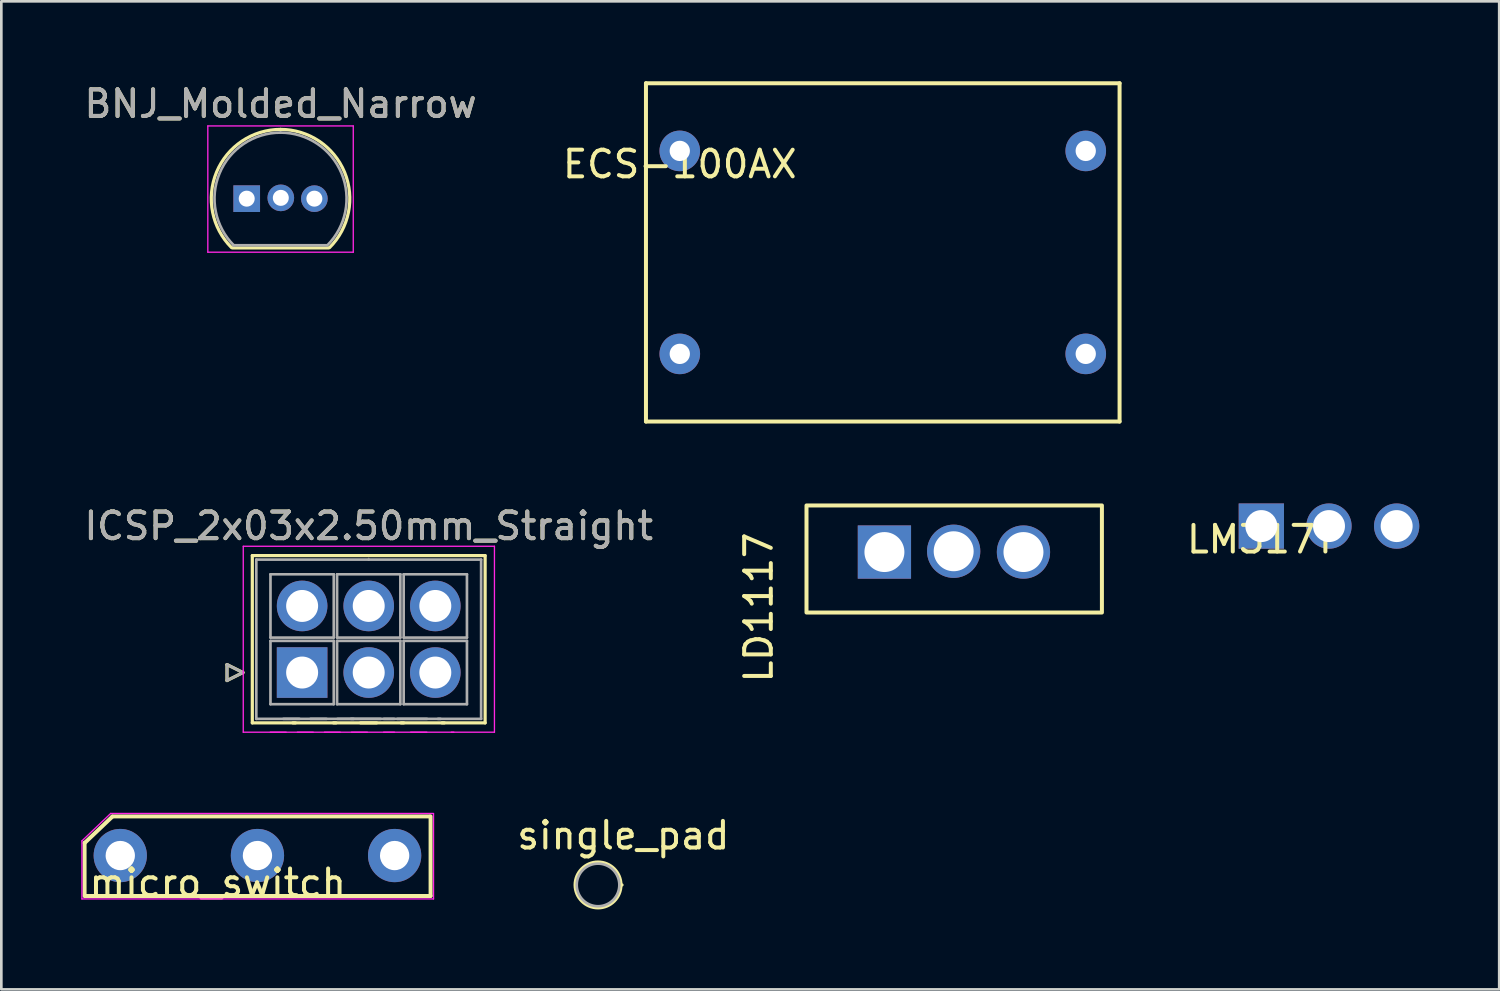
<source format=kicad_pcb>
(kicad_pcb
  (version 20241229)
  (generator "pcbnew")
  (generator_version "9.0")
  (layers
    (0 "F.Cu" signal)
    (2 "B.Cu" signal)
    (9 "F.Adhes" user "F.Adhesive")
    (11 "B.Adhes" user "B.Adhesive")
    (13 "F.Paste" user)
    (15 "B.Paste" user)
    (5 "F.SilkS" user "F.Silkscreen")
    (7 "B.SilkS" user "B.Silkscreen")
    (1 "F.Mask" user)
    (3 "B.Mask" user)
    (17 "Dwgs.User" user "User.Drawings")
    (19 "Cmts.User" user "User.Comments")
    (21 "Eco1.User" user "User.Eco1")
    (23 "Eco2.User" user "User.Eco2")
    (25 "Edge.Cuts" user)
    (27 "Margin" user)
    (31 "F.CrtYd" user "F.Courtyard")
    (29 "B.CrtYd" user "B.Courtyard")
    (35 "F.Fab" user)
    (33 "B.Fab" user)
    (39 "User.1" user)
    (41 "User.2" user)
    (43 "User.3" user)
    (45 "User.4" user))
  (footprint "LM317T"
    (layer "F.Cu")
    (at 44.302 16.7)
    (property "Reference" "LM317T" (at 0 0.5 0) (layer "F.SilkS") (effects (font (size 1 1) (thickness 0.15))))
    (attr through_hole)
    (pad "1" thru_hole rect (at 0 0) (size 1.7 1.7) (drill 1.2) (layers "*.Cu" "*.Mask"))
    (pad "2" thru_hole circle (at 2.54 0) (size 1.7 1.7) (drill 1.2) (layers "*.Cu" "*.Mask"))
    (pad "3" thru_hole circle (at 5.08 0) (size 1.7 1.7) (drill 1.2) (layers "*.Cu" "*.Mask")))
  (footprint "micro_switch"
    (layer "F.Cu")
    (at 5.125 29.598)
    (property "Reference" "micro_switch" (at 0 0.5 0) (layer "F.SilkS") (effects (font (size 1 1) (thickness 0.15))))
    (attr through_hole)
    (fp_line (start -5 -1) (end -3.96 -1.99) (stroke (width 0.15) (type solid)) (layer "F.SilkS"))
    (fp_line (start -5 0.98) (end -5 -1.01) (stroke (width 0.15) (type solid)) (layer "F.SilkS"))
    (fp_line (start -4.99 0.99) (end 7.99 0.99) (stroke (width 0.15) (type solid)) (layer "F.SilkS"))
    (fp_line (start -3.95 -2) (end 7.95 -2) (stroke (width 0.15) (type solid)) (layer "F.SilkS"))
    (fp_line (start 7.99 -2) (end 7.99 0.98) (stroke (width 0.15) (type solid)) (layer "F.SilkS"))
    (fp_line (start -5.1 -1.08) (end -5.1 1.1) (stroke (width 0.05) (type solid)) (layer "F.CrtYd"))
    (fp_line (start -5.1 1.1) (end 8.1 1.1) (stroke (width 0.05) (type solid)) (layer "F.CrtYd"))
    (fp_line (start -4.02 -2.11) (end -5.1 -1.08) (stroke (width 0.05) (type solid)) (layer "F.CrtYd"))
    (fp_line (start -4.02 -2.11) (end 8.1 -2.11) (stroke (width 0.05) (type solid)) (layer "F.CrtYd"))
    (fp_line (start 8.1 -2.1) (end 8.1 1.1) (stroke (width 0.05) (type solid)) (layer "F.CrtYd"))
    (pad "1" thru_hole circle (at -3.66 -0.53) (size 2 2) (drill 1.1) (layers "*.Cu" "*.Mask"))
    (pad "2" thru_hole circle (at 1.49 -0.53) (size 2 2) (drill 1.1) (layers "*.Cu" "*.Mask"))
    (pad "3" thru_hole circle (at 6.64 -0.53) (size 2 2) (drill 1.1) (layers "*.Cu" "*.Mask")))
  (footprint "ECS-100AX"
    (layer "F.Cu")
    (at 22.47 2.615)
    (property "Reference" "ECS-100AX" (at 0 0.5 0) (layer "F.SilkS") (effects (font (size 1 1) (thickness 0.15))))
    (attr through_hole)
    (fp_line (start -1.27 -2.54) (end 16.51 -2.54) (stroke (width 0.15) (type solid)) (layer "F.SilkS"))
    (fp_line (start -1.27 10.16) (end -1.27 -2.54) (stroke (width 0.15) (type solid)) (layer "F.SilkS"))
    (fp_line (start 16.51 -2.54) (end 16.51 10.16) (stroke (width 0.15) (type solid)) (layer "F.SilkS"))
    (fp_line (start 16.51 10.16) (end -1.27 10.16) (stroke (width 0.15) (type solid)) (layer "F.SilkS"))
    (pad "1" thru_hole circle (at 0 7.62) (size 1.524 1.524) (drill 0.762) (layers "*.Cu" "*.Mask"))
    (pad "7" thru_hole circle (at 15.24 7.62) (size 1.524 1.524) (drill 0.762) (layers "*.Cu" "*.Mask"))
    (pad "8" thru_hole circle (at 15.24 0) (size 1.524 1.524) (drill 0.762) (layers "*.Cu" "*.Mask"))
    (pad "14" thru_hole circle (at 0 0) (size 1.524 1.524) (drill 0.762) (layers "*.Cu" "*.Mask")))
  (footprint "single_pad"
    (layer "F.Cu")
    (at 19.401 30.172)
    (property "Reference" "single_pad" (at 0.95 -1.86 0) (layer "F.SilkS") (effects (font (size 1 1) (thickness 0.15))))
    (attr through_hole)
    (fp_line (start 0.86 0) (end 0.9 0) (stroke (width 0.12) (type solid)) (layer "F.SilkS"))
    (fp_circle (center 0 0) (end 0.86 0) (stroke (width 0.12) (type solid)) (fill no) (layer "F.SilkS"))
    (fp_circle (center 0 0) (end 0.8 0) (stroke (width 0.1) (type solid)) (fill no) (layer "F.Fab"))
    (pad "" smd circle (at 0 0) (size 1.4 1.4) (layers "F.Mask" "F.Paste"))
    (pad "" smd circle (at 0 0) (size 1.4 1.4) (layers "F.Mask" "F.Paste"))
    (pad "" smd circle (at 0 0) (size 1.524 1.524) (layers "F.Mask" "F.Paste")))
  (footprint "ICSP_2x03x2.50mm_Straight"
    (layer "F.Cu")
    (at 8.292 22.198)
    (property "Reference" "ICSP_2x03x2.50mm_Straight" (at 2.5 -5.5 0) (layer "F.SilkS") (effects (font (size 1 1) (thickness 0.15))))
    (attr through_hole)
    (fp_line (start -2.82 -0.3) (end -2.22 0) (stroke (width 0.12) (type solid)) (layer "F.SilkS"))
    (fp_line (start -2.82 0.3) (end -2.82 -0.3) (stroke (width 0.12) (type solid)) (layer "F.SilkS"))
    (fp_line (start -2.22 0) (end -2.82 0.3) (stroke (width 0.12) (type solid)) (layer "F.SilkS"))
    (fp_line (start -1.87 -4.39) (end -1.87 1.89) (stroke (width 0.12) (type solid)) (layer "F.SilkS"))
    (fp_line (start -1.87 1.89) (end -0.25 1.89) (stroke (width 0.12) (type solid)) (layer "F.SilkS"))
    (fp_line (start -0.346 1.89) (end 1.274 1.89) (stroke (width 0.12) (type solid)) (layer "F.SilkS"))
    (fp_line (start 1.178 1.89) (end 2.798 1.89) (stroke (width 0.12) (type solid)) (layer "F.SilkS"))
    (fp_line (start 2.194 1.89) (end 3.814 1.89) (stroke (width 0.12) (type solid)) (layer "F.SilkS"))
    (fp_line (start 2.5 -4.39) (end -1.87 -4.39) (stroke (width 0.12) (type solid)) (layer "F.SilkS"))
    (fp_line (start 2.5 -4.39) (end 6.87 -4.39) (stroke (width 0.12) (type solid)) (layer "F.SilkS"))
    (fp_line (start 3.718 1.89) (end 5.338 1.89) (stroke (width 0.12) (type solid)) (layer "F.SilkS"))
    (fp_line (start 6.87 -4.39) (end 6.87 1.89) (stroke (width 0.12) (type solid)) (layer "F.SilkS"))
    (fp_line (start 6.87 1.89) (end 5.25 1.89) (stroke (width 0.12) (type solid)) (layer "F.SilkS"))
    (fp_line (start -2.21 -4.74) (end -2.21 2.24) (stroke (width 0.05) (type solid)) (layer "F.CrtYd"))
    (fp_line (start -2.21 2.24) (end -0.6 2.24) (stroke (width 0.05) (type solid)) (layer "F.CrtYd"))
    (fp_line (start -1.194 2.24) (end 0.416 2.24) (stroke (width 0.05) (type solid)) (layer "F.CrtYd"))
    (fp_line (start -0.178 2.24) (end 1.432 2.24) (stroke (width 0.05) (type solid)) (layer "F.CrtYd"))
    (fp_line (start 0.838 2.24) (end 2.448 2.24) (stroke (width 0.05) (type solid)) (layer "F.CrtYd"))
    (fp_line (start 1.854 2.24) (end 3.464 2.24) (stroke (width 0.05) (type solid)) (layer "F.CrtYd"))
    (fp_line (start 3.06 2.24) (end 4.68 2.24) (stroke (width 0.05) (type solid)) (layer "F.CrtYd"))
    (fp_line (start 4.076 2.24) (end 5.696 2.24) (stroke (width 0.05) (type solid)) (layer "F.CrtYd"))
    (fp_line (start 5.6 2.24) (end 7.22 2.24) (stroke (width 0.05) (type solid)) (layer "F.CrtYd"))
    (fp_line (start 7.22 -4.74) (end -2.21 -4.74) (stroke (width 0.05) (type solid)) (layer "F.CrtYd"))
    (fp_line (start 7.22 2.24) (end 7.22 -4.74) (stroke (width 0.05) (type solid)) (layer "F.CrtYd"))
    (fp_line (start -2.82 -0.3) (end -2.22 0) (stroke (width 0.1) (type solid)) (layer "F.Fab"))
    (fp_line (start -2.82 0.3) (end -2.82 -0.3) (stroke (width 0.1) (type solid)) (layer "F.Fab"))
    (fp_line (start -2.22 0) (end -2.82 0.3) (stroke (width 0.1) (type solid)) (layer "F.Fab"))
    (fp_line (start -1.72 -4.24) (end -1.72 1.74) (stroke (width 0.1) (type solid)) (layer "F.Fab"))
    (fp_line (start -1.72 1.74) (end -0.1 1.74) (stroke (width 0.1) (type solid)) (layer "F.Fab"))
    (fp_line (start -1.188 -3.688) (end -1.188 -1.312) (stroke (width 0.1) (type solid)) (layer "F.Fab"))
    (fp_line (start -1.188 -1.312) (end 1.188 -1.312) (stroke (width 0.1) (type solid)) (layer "F.Fab"))
    (fp_line (start -1.188 -1.188) (end -1.188 1.188) (stroke (width 0.1) (type solid)) (layer "F.Fab"))
    (fp_line (start -1.188 1.188) (end 1.188 1.188) (stroke (width 0.1) (type solid)) (layer "F.Fab"))
    (fp_line (start -0.704 1.74) (end 0.916 1.74) (stroke (width 0.1) (type solid)) (layer "F.Fab"))
    (fp_line (start 0.312 1.74) (end 1.932 1.74) (stroke (width 0.1) (type solid)) (layer "F.Fab"))
    (fp_line (start 1.188 -3.688) (end -1.188 -3.688) (stroke (width 0.1) (type solid)) (layer "F.Fab"))
    (fp_line (start 1.188 -1.312) (end 1.188 -3.688) (stroke (width 0.1) (type solid)) (layer "F.Fab"))
    (fp_line (start 1.188 -1.188) (end -1.188 -1.188) (stroke (width 0.1) (type solid)) (layer "F.Fab"))
    (fp_line (start 1.188 1.188) (end 1.188 -1.188) (stroke (width 0.1) (type solid)) (layer "F.Fab"))
    (fp_line (start 1.312 -3.688) (end 1.312 -1.312) (stroke (width 0.1) (type solid)) (layer "F.Fab"))
    (fp_line (start 1.312 -1.312) (end 3.688 -1.312) (stroke (width 0.1) (type solid)) (layer "F.Fab"))
    (fp_line (start 1.312 -1.188) (end 1.312 1.188) (stroke (width 0.1) (type solid)) (layer "F.Fab"))
    (fp_line (start 1.312 1.188) (end 3.688 1.188) (stroke (width 0.1) (type solid)) (layer "F.Fab"))
    (fp_line (start 1.328 1.74) (end 2.948 1.74) (stroke (width 0.1) (type solid)) (layer "F.Fab"))
    (fp_line (start 1.836 1.74) (end 3.456 1.74) (stroke (width 0.1) (type solid)) (layer "F.Fab"))
    (fp_line (start 2.5 -4.24) (end -1.72 -4.24) (stroke (width 0.1) (type solid)) (layer "F.Fab"))
    (fp_line (start 2.5 -4.24) (end 6.72 -4.24) (stroke (width 0.1) (type solid)) (layer "F.Fab"))
    (fp_line (start 3.688 -3.688) (end 1.312 -3.688) (stroke (width 0.1) (type solid)) (layer "F.Fab"))
    (fp_line (start 3.688 -1.312) (end 3.688 -3.688) (stroke (width 0.1) (type solid)) (layer "F.Fab"))
    (fp_line (start 3.688 -1.188) (end 1.312 -1.188) (stroke (width 0.1) (type solid)) (layer "F.Fab"))
    (fp_line (start 3.688 1.188) (end 3.688 -1.188) (stroke (width 0.1) (type solid)) (layer "F.Fab"))
    (fp_line (start 3.812 -3.688) (end 3.812 -1.312) (stroke (width 0.1) (type solid)) (layer "F.Fab"))
    (fp_line (start 3.812 -1.312) (end 6.188 -1.312) (stroke (width 0.1) (type solid)) (layer "F.Fab"))
    (fp_line (start 3.812 -1.188) (end 3.812 1.188) (stroke (width 0.1) (type solid)) (layer "F.Fab"))
    (fp_line (start 3.812 1.188) (end 6.188 1.188) (stroke (width 0.1) (type solid)) (layer "F.Fab"))
    (fp_line (start 4.688 1.74) (end 3.068 1.74) (stroke (width 0.1) (type solid)) (layer "F.Fab"))
    (fp_line (start 5.196 1.74) (end 3.576 1.74) (stroke (width 0.1) (type solid)) (layer "F.Fab"))
    (fp_line (start 6.188 -3.688) (end 3.812 -3.688) (stroke (width 0.1) (type solid)) (layer "F.Fab"))
    (fp_line (start 6.188 -1.312) (end 6.188 -3.688) (stroke (width 0.1) (type solid)) (layer "F.Fab"))
    (fp_line (start 6.188 -1.188) (end 3.812 -1.188) (stroke (width 0.1) (type solid)) (layer "F.Fab"))
    (fp_line (start 6.188 1.188) (end 6.188 -1.188) (stroke (width 0.1) (type solid)) (layer "F.Fab"))
    (fp_line (start 6.72 -4.24) (end 6.72 1.74) (stroke (width 0.1) (type solid)) (layer "F.Fab"))
    (fp_line (start 6.72 1.74) (end 5.1 1.74) (stroke (width 0.1) (type solid)) (layer "F.Fab"))
    (fp_text user "${REFERENCE}" (at 2.5 -5.5 0) (layer "F.Fab") (effects (font (size 1 1) (thickness 0.15))))
    (pad "1" thru_hole rect (at 0 0) (size 1.9 1.9) (drill 1.2) (layers "*.Cu" "*.Mask"))
    (pad "2" thru_hole circle (at 2.5 0) (size 1.9 1.9) (drill 1.2) (layers "*.Cu" "*.Mask"))
    (pad "3" thru_hole circle (at 5 0) (size 1.9 1.9) (drill 1.2) (layers "*.Cu" "*.Mask"))
    (pad "4" thru_hole circle (at 0 -2.5) (size 1.9 1.9) (drill 1.2) (layers "*.Cu" "*.Mask"))
    (pad "5" thru_hole circle (at 2.5 -2.5) (size 1.9 1.9) (drill 1.2) (layers "*.Cu" "*.Mask"))
    (pad "6" thru_hole circle (at 5 -2.5) (size 1.9 1.9) (drill 1.2) (layers "*.Cu" "*.Mask")))
  (footprint "BNJ_Molded_Narrow"
    (layer "F.Cu")
    (at 6.212 4.408)
    (property "Reference" "BNJ_Molded_Narrow" (at 1.27 -3.56 0) (layer "F.SilkS") (effects (font (size 1 1) (thickness 0.15))))
    (attr through_hole)
    (fp_line (start -0.53 1.85) (end 3.07 1.85) (stroke (width 0.12) (type solid)) (layer "F.SilkS"))
    (fp_arc (start -0.568478 1.838478) (mid -1.132087 -0.994977) (end 1.27 -2.6) (stroke (width 0.12) (type solid)) (layer "F.SilkS"))
    (fp_arc (start 1.27 -2.6) (mid 3.672087 -0.994977) (end 3.108478 1.838478) (stroke (width 0.12) (type solid)) (layer "F.SilkS"))
    (fp_line (start -1.46 -2.73) (end -1.46 2.01) (stroke (width 0.05) (type solid)) (layer "F.CrtYd"))
    (fp_line (start -1.46 -2.73) (end 4 -2.73) (stroke (width 0.05) (type solid)) (layer "F.CrtYd"))
    (fp_line (start 4 2.01) (end -1.46 2.01) (stroke (width 0.05) (type solid)) (layer "F.CrtYd"))
    (fp_line (start 4 2.01) (end 4 -2.73) (stroke (width 0.05) (type solid)) (layer "F.CrtYd"))
    (fp_line (start -0.5 1.75) (end 3 1.75) (stroke (width 0.1) (type solid)) (layer "F.Fab"))
    (fp_arc (start -0.483625 1.753625) (mid -1.021221 -0.949055) (end 1.27 -2.48) (stroke (width 0.1) (type solid)) (layer "F.Fab"))
    (fp_arc (start 1.27 -2.48) (mid 3.561221 -0.949055) (end 3.023625 1.753625) (stroke (width 0.1) (type solid)) (layer "F.Fab"))
    (fp_text user "${REFERENCE}" (at 1.27 -3.56 0) (layer "F.Fab") (effects (font (size 1 1) (thickness 0.15))))
    (pad "1" thru_hole rect (at 0 0 90) (size 1 1) (drill 0.6) (layers "*.Cu" "*.Mask"))
    (pad "2" thru_hole circle (at 1.28 -0.03 90) (size 1 1) (drill 0.6) (layers "*.Cu" "*.Mask"))
    (pad "3" thru_hole circle (at 2.54 0 90) (size 1 1) (drill 0.6) (layers "*.Cu" "*.Mask")))
  (footprint "LD1117"
    (layer "F.Cu")
    (at 29.142 16.755)
    (property "Reference" "LD1117" (at -3.71 3 270) (layer "F.SilkS") (effects (font (size 1 1) (thickness 0.15))))
    (attr through_hole)
    (fp_rect (start -1.915 -0.83) (end 9.175 3.19) (stroke (width 0.15) (type solid)) (fill no) (layer "F.SilkS"))
    (pad "1" thru_hole rect (at 1.01 0.92) (size 2 2) (drill 1.5) (layers "*.Cu" "*.Mask"))
    (pad "2" thru_hole circle (at 3.61 0.89) (size 2 2) (drill 1.5) (layers "*.Cu" "*.Mask"))
    (pad "3" thru_hole circle (at 6.23 0.92) (size 2 2) (drill 1.5) (layers "*.Cu" "*.Mask")))
  (gr_rect
    (start -3 -3)
    (end 53.232 34.092)
    (stroke (width 0.1) (type default))
    (fill no)
    (layer "Edge.Cuts")))
</source>
